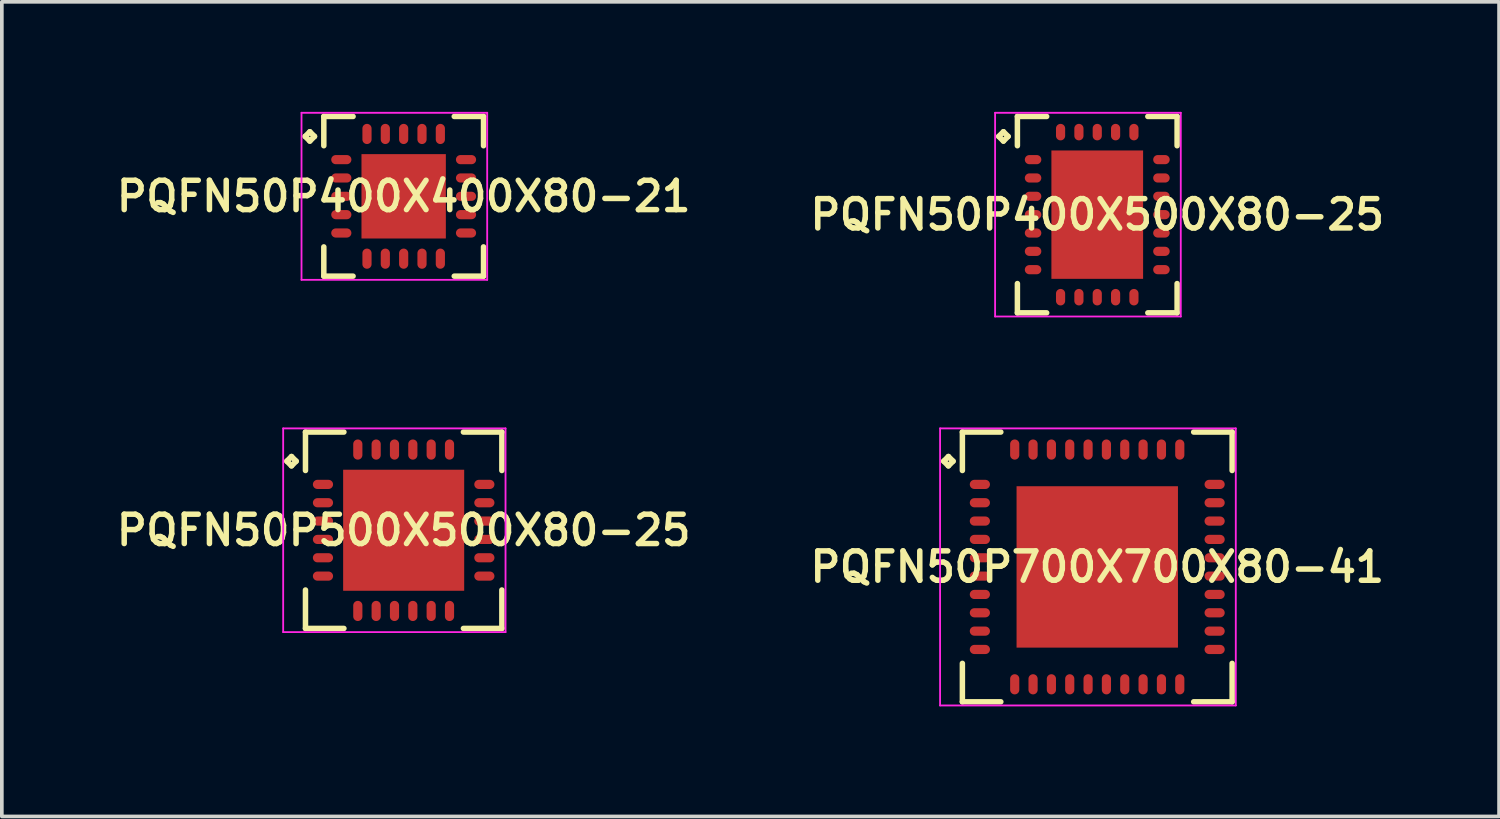
<source format=kicad_pcb>
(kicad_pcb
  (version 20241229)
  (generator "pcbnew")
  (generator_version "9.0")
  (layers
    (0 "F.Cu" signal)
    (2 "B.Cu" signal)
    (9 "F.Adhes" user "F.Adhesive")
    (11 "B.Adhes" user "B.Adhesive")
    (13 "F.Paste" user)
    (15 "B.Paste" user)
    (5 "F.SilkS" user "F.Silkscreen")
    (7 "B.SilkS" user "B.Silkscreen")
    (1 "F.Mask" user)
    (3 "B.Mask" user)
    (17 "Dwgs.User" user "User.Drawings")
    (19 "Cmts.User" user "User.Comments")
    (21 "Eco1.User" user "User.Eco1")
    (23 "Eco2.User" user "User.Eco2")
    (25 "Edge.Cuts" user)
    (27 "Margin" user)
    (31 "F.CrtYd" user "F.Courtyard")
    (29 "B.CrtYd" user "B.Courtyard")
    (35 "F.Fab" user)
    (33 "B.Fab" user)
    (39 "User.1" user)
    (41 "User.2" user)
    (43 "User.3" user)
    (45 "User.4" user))
  (footprint "PQFN50P400X500X80-25"
    (layer "F.Cu")
    (at 26.864 2.802)
    (property "Reference" "PQFN50P400X500X80-25" (at 0 0 0) (layer "F.SilkS") (effects (font (size 0.8 0.8) (thickness 0.15))))
    (attr smd)
    (fp_line (start -2.685 -2.133) (end -2.558 -2.26) (stroke (width 0.15) (type solid)) (layer "F.SilkS"))
    (fp_line (start -2.558 -2.26) (end -2.431 -2.133) (stroke (width 0.15) (type solid)) (layer "F.SilkS"))
    (fp_line (start -2.558 -2.006) (end -2.685 -2.133) (stroke (width 0.15) (type solid)) (layer "F.SilkS"))
    (fp_line (start -2.431 -2.133) (end -2.558 -2.006) (stroke (width 0.15) (type solid)) (layer "F.SilkS"))
    (fp_line (start -2.177 -2.677) (end -1.379 -2.677) (stroke (width 0.15) (type solid)) (layer "F.SilkS"))
    (fp_line (start -2.177 -1.879) (end -2.177 -2.677) (stroke (width 0.15) (type solid)) (layer "F.SilkS"))
    (fp_line (start -2.177 1.879) (end -2.177 2.677) (stroke (width 0.15) (type solid)) (layer "F.SilkS"))
    (fp_line (start -2.177 2.677) (end -1.379 2.677) (stroke (width 0.15) (type solid)) (layer "F.SilkS"))
    (fp_line (start 1.379 -2.677) (end 2.177 -2.677) (stroke (width 0.15) (type solid)) (layer "F.SilkS"))
    (fp_line (start 1.379 2.677) (end 2.177 2.677) (stroke (width 0.15) (type solid)) (layer "F.SilkS"))
    (fp_line (start 2.177 -2.677) (end 2.177 -1.879) (stroke (width 0.15) (type solid)) (layer "F.SilkS"))
    (fp_line (start 2.177 2.677) (end 2.177 1.879) (stroke (width 0.15) (type solid)) (layer "F.SilkS"))
    (fp_line (start -2.785 -2.777) (end 2.277 -2.777) (stroke (width 0.05) (type solid)) (layer "F.CrtYd"))
    (fp_line (start -2.785 2.777) (end -2.785 -2.777) (stroke (width 0.05) (type solid)) (layer "F.CrtYd"))
    (fp_line (start 2.277 -2.777) (end 2.277 2.777) (stroke (width 0.05) (type solid)) (layer "F.CrtYd"))
    (fp_line (start 2.277 2.777) (end -2.785 2.777) (stroke (width 0.05) (type solid)) (layer "F.CrtYd"))
    (pad "1" smd oval (at -1.75 -1.5) (size 0.45 0.25) (layers "F.Cu" "F.Mask" "F.Paste"))
    (pad "2" smd oval (at -1.75 -1) (size 0.45 0.25) (layers "F.Cu" "F.Mask" "F.Paste"))
    (pad "3" smd oval (at -1.75 -0.5) (size 0.45 0.25) (layers "F.Cu" "F.Mask" "F.Paste"))
    (pad "4" smd oval (at -1.75 0) (size 0.45 0.25) (layers "F.Cu" "F.Mask" "F.Paste"))
    (pad "5" smd oval (at -1.75 0.5) (size 0.45 0.25) (layers "F.Cu" "F.Mask" "F.Paste"))
    (pad "6" smd oval (at -1.75 1) (size 0.45 0.25) (layers "F.Cu" "F.Mask" "F.Paste"))
    (pad "7" smd oval (at -1.75 1.5) (size 0.45 0.25) (layers "F.Cu" "F.Mask" "F.Paste"))
    (pad "8" smd oval (at -1 2.25) (size 0.25 0.45) (layers "F.Cu" "F.Mask" "F.Paste"))
    (pad "9" smd oval (at -0.5 2.25) (size 0.25 0.45) (layers "F.Cu" "F.Mask" "F.Paste"))
    (pad "10" smd oval (at 0 2.25) (size 0.25 0.45) (layers "F.Cu" "F.Mask" "F.Paste"))
    (pad "11" smd oval (at 0.5 2.25) (size 0.25 0.45) (layers "F.Cu" "F.Mask" "F.Paste"))
    (pad "12" smd oval (at 1 2.25) (size 0.25 0.45) (layers "F.Cu" "F.Mask" "F.Paste"))
    (pad "13" smd oval (at 1.75 1.5) (size 0.45 0.25) (layers "F.Cu" "F.Mask" "F.Paste"))
    (pad "14" smd oval (at 1.75 1) (size 0.45 0.25) (layers "F.Cu" "F.Mask" "F.Paste"))
    (pad "15" smd oval (at 1.75 0.5) (size 0.45 0.25) (layers "F.Cu" "F.Mask" "F.Paste"))
    (pad "16" smd oval (at 1.75 0) (size 0.45 0.25) (layers "F.Cu" "F.Mask" "F.Paste"))
    (pad "17" smd oval (at 1.75 -0.5) (size 0.45 0.25) (layers "F.Cu" "F.Mask" "F.Paste"))
    (pad "18" smd oval (at 1.75 -1) (size 0.45 0.25) (layers "F.Cu" "F.Mask" "F.Paste"))
    (pad "19" smd oval (at 1.75 -1.5) (size 0.45 0.25) (layers "F.Cu" "F.Mask" "F.Paste"))
    (pad "20" smd oval (at 1 -2.25) (size 0.25 0.45) (layers "F.Cu" "F.Mask" "F.Paste"))
    (pad "21" smd oval (at 0.5 -2.25) (size 0.25 0.45) (layers "F.Cu" "F.Mask" "F.Paste"))
    (pad "22" smd oval (at 0 -2.25) (size 0.25 0.45) (layers "F.Cu" "F.Mask" "F.Paste"))
    (pad "23" smd oval (at -0.5 -2.25) (size 0.25 0.45) (layers "F.Cu" "F.Mask" "F.Paste"))
    (pad "24" smd oval (at -1 -2.25) (size 0.25 0.45) (layers "F.Cu" "F.Mask" "F.Paste"))
    (pad "25" smd rect (at 0 0) (size 2.5 3.5) (layers "F.Cu" "F.Mask" "F.Paste")))
  (footprint "PQFN50P400X400X80-21"
    (layer "F.Cu")
    (at 7.955 2.302)
    (property "Reference" "PQFN50P400X400X80-21" (at 0 0 0) (layer "F.SilkS") (effects (font (size 0.8 0.8) (thickness 0.15))))
    (attr smd)
    (fp_line (start -2.685 -1.633) (end -2.558 -1.76) (stroke (width 0.15) (type solid)) (layer "F.SilkS"))
    (fp_line (start -2.558 -1.76) (end -2.431 -1.633) (stroke (width 0.15) (type solid)) (layer "F.SilkS"))
    (fp_line (start -2.558 -1.506) (end -2.685 -1.633) (stroke (width 0.15) (type solid)) (layer "F.SilkS"))
    (fp_line (start -2.431 -1.633) (end -2.558 -1.506) (stroke (width 0.15) (type solid)) (layer "F.SilkS"))
    (fp_line (start -2.177 -2.177) (end -1.379 -2.177) (stroke (width 0.15) (type solid)) (layer "F.SilkS"))
    (fp_line (start -2.177 -1.379) (end -2.177 -2.177) (stroke (width 0.15) (type solid)) (layer "F.SilkS"))
    (fp_line (start -2.177 1.379) (end -2.177 2.177) (stroke (width 0.15) (type solid)) (layer "F.SilkS"))
    (fp_line (start -2.177 2.177) (end -1.379 2.177) (stroke (width 0.15) (type solid)) (layer "F.SilkS"))
    (fp_line (start 1.379 -2.177) (end 2.177 -2.177) (stroke (width 0.15) (type solid)) (layer "F.SilkS"))
    (fp_line (start 1.379 2.177) (end 2.177 2.177) (stroke (width 0.15) (type solid)) (layer "F.SilkS"))
    (fp_line (start 2.177 -2.177) (end 2.177 -1.379) (stroke (width 0.15) (type solid)) (layer "F.SilkS"))
    (fp_line (start 2.177 2.177) (end 2.177 1.379) (stroke (width 0.15) (type solid)) (layer "F.SilkS"))
    (fp_line (start -2.785 -2.277) (end 2.277 -2.277) (stroke (width 0.05) (type solid)) (layer "F.CrtYd"))
    (fp_line (start -2.785 2.277) (end -2.785 -2.277) (stroke (width 0.05) (type solid)) (layer "F.CrtYd"))
    (fp_line (start 2.277 -2.277) (end 2.277 2.277) (stroke (width 0.05) (type solid)) (layer "F.CrtYd"))
    (fp_line (start 2.277 2.277) (end -2.785 2.277) (stroke (width 0.05) (type solid)) (layer "F.CrtYd"))
    (pad "1" smd oval (at -1.7 -1) (size 0.55 0.25) (layers "F.Cu" "F.Mask" "F.Paste"))
    (pad "2" smd oval (at -1.7 -0.5) (size 0.55 0.25) (layers "F.Cu" "F.Mask" "F.Paste"))
    (pad "3" smd oval (at -1.7 0) (size 0.55 0.25) (layers "F.Cu" "F.Mask" "F.Paste"))
    (pad "4" smd oval (at -1.7 0.5) (size 0.55 0.25) (layers "F.Cu" "F.Mask" "F.Paste"))
    (pad "5" smd oval (at -1.7 1) (size 0.55 0.25) (layers "F.Cu" "F.Mask" "F.Paste"))
    (pad "6" smd oval (at -1 1.7) (size 0.25 0.55) (layers "F.Cu" "F.Mask" "F.Paste"))
    (pad "7" smd oval (at -0.5 1.7) (size 0.25 0.55) (layers "F.Cu" "F.Mask" "F.Paste"))
    (pad "8" smd oval (at 0 1.7) (size 0.25 0.55) (layers "F.Cu" "F.Mask" "F.Paste"))
    (pad "9" smd oval (at 0.5 1.7) (size 0.25 0.55) (layers "F.Cu" "F.Mask" "F.Paste"))
    (pad "10" smd oval (at 1 1.7) (size 0.25 0.55) (layers "F.Cu" "F.Mask" "F.Paste"))
    (pad "11" smd oval (at 1.7 1) (size 0.55 0.25) (layers "F.Cu" "F.Mask" "F.Paste"))
    (pad "12" smd oval (at 1.7 0.5) (size 0.55 0.25) (layers "F.Cu" "F.Mask" "F.Paste"))
    (pad "13" smd oval (at 1.7 0) (size 0.55 0.25) (layers "F.Cu" "F.Mask" "F.Paste"))
    (pad "14" smd oval (at 1.7 -0.5) (size 0.55 0.25) (layers "F.Cu" "F.Mask" "F.Paste"))
    (pad "15" smd oval (at 1.7 -1) (size 0.55 0.25) (layers "F.Cu" "F.Mask" "F.Paste"))
    (pad "16" smd oval (at 1 -1.7) (size 0.25 0.55) (layers "F.Cu" "F.Mask" "F.Paste"))
    (pad "17" smd oval (at 0.5 -1.7) (size 0.25 0.55) (layers "F.Cu" "F.Mask" "F.Paste"))
    (pad "18" smd oval (at 0 -1.7) (size 0.25 0.55) (layers "F.Cu" "F.Mask" "F.Paste"))
    (pad "19" smd oval (at -0.5 -1.7) (size 0.25 0.55) (layers "F.Cu" "F.Mask" "F.Paste"))
    (pad "20" smd oval (at -1 -1.7) (size 0.25 0.55) (layers "F.Cu" "F.Mask" "F.Paste"))
    (pad "21" smd rect (at 0 0) (size 2.3 2.3) (layers "F.Cu" "F.Mask" "F.Paste")))
  (footprint "PQFN50P700X700X80-41"
    (layer "F.Cu")
    (at 26.864 12.406)
    (property "Reference" "PQFN50P700X700X80-41" (at 0 0 0) (layer "F.SilkS") (effects (font (size 0.8 0.8) (thickness 0.15))))
    (attr smd)
    (fp_line (start -4.185 -2.883) (end -4.058 -3.01) (stroke (width 0.15) (type solid)) (layer "F.SilkS"))
    (fp_line (start -4.058 -3.01) (end -3.931 -2.883) (stroke (width 0.15) (type solid)) (layer "F.SilkS"))
    (fp_line (start -4.058 -2.756) (end -4.185 -2.883) (stroke (width 0.15) (type solid)) (layer "F.SilkS"))
    (fp_line (start -3.931 -2.883) (end -4.058 -2.756) (stroke (width 0.15) (type solid)) (layer "F.SilkS"))
    (fp_line (start -3.677 -3.677) (end -2.629 -3.677) (stroke (width 0.15) (type solid)) (layer "F.SilkS"))
    (fp_line (start -3.677 -2.629) (end -3.677 -3.677) (stroke (width 0.15) (type solid)) (layer "F.SilkS"))
    (fp_line (start -3.677 2.629) (end -3.677 3.677) (stroke (width 0.15) (type solid)) (layer "F.SilkS"))
    (fp_line (start -3.677 3.677) (end -2.629 3.677) (stroke (width 0.15) (type solid)) (layer "F.SilkS"))
    (fp_line (start 2.629 -3.677) (end 3.677 -3.677) (stroke (width 0.15) (type solid)) (layer "F.SilkS"))
    (fp_line (start 2.629 3.677) (end 3.677 3.677) (stroke (width 0.15) (type solid)) (layer "F.SilkS"))
    (fp_line (start 3.677 -3.677) (end 3.677 -2.629) (stroke (width 0.15) (type solid)) (layer "F.SilkS"))
    (fp_line (start 3.677 3.677) (end 3.677 2.629) (stroke (width 0.15) (type solid)) (layer "F.SilkS"))
    (fp_line (start -4.285 -3.777) (end 3.777 -3.777) (stroke (width 0.05) (type solid)) (layer "F.CrtYd"))
    (fp_line (start -4.285 3.777) (end -4.285 -3.777) (stroke (width 0.05) (type solid)) (layer "F.CrtYd"))
    (fp_line (start 3.777 -3.777) (end 3.777 3.777) (stroke (width 0.05) (type solid)) (layer "F.CrtYd"))
    (fp_line (start 3.777 3.777) (end -4.285 3.777) (stroke (width 0.05) (type solid)) (layer "F.CrtYd"))
    (pad "1" smd oval (at -3.2 -2.25) (size 0.55 0.25) (layers "F.Cu" "F.Mask" "F.Paste"))
    (pad "2" smd oval (at -3.2 -1.75) (size 0.55 0.25) (layers "F.Cu" "F.Mask" "F.Paste"))
    (pad "3" smd oval (at -3.2 -1.25) (size 0.55 0.25) (layers "F.Cu" "F.Mask" "F.Paste"))
    (pad "4" smd oval (at -3.2 -0.75) (size 0.55 0.25) (layers "F.Cu" "F.Mask" "F.Paste"))
    (pad "5" smd oval (at -3.2 -0.25) (size 0.55 0.25) (layers "F.Cu" "F.Mask" "F.Paste"))
    (pad "6" smd oval (at -3.2 0.25) (size 0.55 0.25) (layers "F.Cu" "F.Mask" "F.Paste"))
    (pad "7" smd oval (at -3.2 0.75) (size 0.55 0.25) (layers "F.Cu" "F.Mask" "F.Paste"))
    (pad "8" smd oval (at -3.2 1.25) (size 0.55 0.25) (layers "F.Cu" "F.Mask" "F.Paste"))
    (pad "9" smd oval (at -3.2 1.75) (size 0.55 0.25) (layers "F.Cu" "F.Mask" "F.Paste"))
    (pad "10" smd oval (at -3.2 2.25) (size 0.55 0.25) (layers "F.Cu" "F.Mask" "F.Paste"))
    (pad "11" smd oval (at -2.25 3.2) (size 0.25 0.55) (layers "F.Cu" "F.Mask" "F.Paste"))
    (pad "12" smd oval (at -1.75 3.2) (size 0.25 0.55) (layers "F.Cu" "F.Mask" "F.Paste"))
    (pad "13" smd oval (at -1.25 3.2) (size 0.25 0.55) (layers "F.Cu" "F.Mask" "F.Paste"))
    (pad "14" smd oval (at -0.75 3.2) (size 0.25 0.55) (layers "F.Cu" "F.Mask" "F.Paste"))
    (pad "15" smd oval (at -0.25 3.2) (size 0.25 0.55) (layers "F.Cu" "F.Mask" "F.Paste"))
    (pad "16" smd oval (at 0.25 3.2) (size 0.25 0.55) (layers "F.Cu" "F.Mask" "F.Paste"))
    (pad "17" smd oval (at 0.75 3.2) (size 0.25 0.55) (layers "F.Cu" "F.Mask" "F.Paste"))
    (pad "18" smd oval (at 1.25 3.2) (size 0.25 0.55) (layers "F.Cu" "F.Mask" "F.Paste"))
    (pad "19" smd oval (at 1.75 3.2) (size 0.25 0.55) (layers "F.Cu" "F.Mask" "F.Paste"))
    (pad "20" smd oval (at 2.25 3.2) (size 0.25 0.55) (layers "F.Cu" "F.Mask" "F.Paste"))
    (pad "21" smd oval (at 3.2 2.25) (size 0.55 0.25) (layers "F.Cu" "F.Mask" "F.Paste"))
    (pad "22" smd oval (at 3.2 1.75) (size 0.55 0.25) (layers "F.Cu" "F.Mask" "F.Paste"))
    (pad "23" smd oval (at 3.2 1.25) (size 0.55 0.25) (layers "F.Cu" "F.Mask" "F.Paste"))
    (pad "24" smd oval (at 3.2 0.75) (size 0.55 0.25) (layers "F.Cu" "F.Mask" "F.Paste"))
    (pad "25" smd oval (at 3.2 0.25) (size 0.55 0.25) (layers "F.Cu" "F.Mask" "F.Paste"))
    (pad "26" smd oval (at 3.2 -0.25) (size 0.55 0.25) (layers "F.Cu" "F.Mask" "F.Paste"))
    (pad "27" smd oval (at 3.2 -0.75) (size 0.55 0.25) (layers "F.Cu" "F.Mask" "F.Paste"))
    (pad "28" smd oval (at 3.2 -1.25) (size 0.55 0.25) (layers "F.Cu" "F.Mask" "F.Paste"))
    (pad "29" smd oval (at 3.2 -1.75) (size 0.55 0.25) (layers "F.Cu" "F.Mask" "F.Paste"))
    (pad "30" smd oval (at 3.2 -2.25) (size 0.55 0.25) (layers "F.Cu" "F.Mask" "F.Paste"))
    (pad "31" smd oval (at 2.25 -3.2) (size 0.25 0.55) (layers "F.Cu" "F.Mask" "F.Paste"))
    (pad "32" smd oval (at 1.75 -3.2) (size 0.25 0.55) (layers "F.Cu" "F.Mask" "F.Paste"))
    (pad "33" smd oval (at 1.25 -3.2) (size 0.25 0.55) (layers "F.Cu" "F.Mask" "F.Paste"))
    (pad "34" smd oval (at 0.75 -3.2) (size 0.25 0.55) (layers "F.Cu" "F.Mask" "F.Paste"))
    (pad "35" smd oval (at 0.25 -3.2) (size 0.25 0.55) (layers "F.Cu" "F.Mask" "F.Paste"))
    (pad "36" smd oval (at -0.25 -3.2) (size 0.25 0.55) (layers "F.Cu" "F.Mask" "F.Paste"))
    (pad "37" smd oval (at -0.75 -3.2) (size 0.25 0.55) (layers "F.Cu" "F.Mask" "F.Paste"))
    (pad "38" smd oval (at -1.25 -3.2) (size 0.25 0.55) (layers "F.Cu" "F.Mask" "F.Paste"))
    (pad "39" smd oval (at -1.75 -3.2) (size 0.25 0.55) (layers "F.Cu" "F.Mask" "F.Paste"))
    (pad "40" smd oval (at -2.25 -3.2) (size 0.25 0.55) (layers "F.Cu" "F.Mask" "F.Paste"))
    (pad "41" smd rect (at 0 0) (size 4.4 4.4) (layers "F.Cu" "F.Mask" "F.Paste")))
  (footprint "PQFN50P500X500X80-25"
    (layer "F.Cu")
    (at 7.955 11.406)
    (property "Reference" "PQFN50P500X500X80-25" (at 0 0 0) (layer "F.SilkS") (effects (font (size 0.8 0.8) (thickness 0.15))))
    (attr smd)
    (fp_line (start -3.185 -1.883) (end -3.058 -2.01) (stroke (width 0.15) (type solid)) (layer "F.SilkS"))
    (fp_line (start -3.058 -2.01) (end -2.931 -1.883) (stroke (width 0.15) (type solid)) (layer "F.SilkS"))
    (fp_line (start -3.058 -1.756) (end -3.185 -1.883) (stroke (width 0.15) (type solid)) (layer "F.SilkS"))
    (fp_line (start -2.931 -1.883) (end -3.058 -1.756) (stroke (width 0.15) (type solid)) (layer "F.SilkS"))
    (fp_line (start -2.677 -2.677) (end -1.629 -2.677) (stroke (width 0.15) (type solid)) (layer "F.SilkS"))
    (fp_line (start -2.677 -1.629) (end -2.677 -2.677) (stroke (width 0.15) (type solid)) (layer "F.SilkS"))
    (fp_line (start -2.677 1.629) (end -2.677 2.677) (stroke (width 0.15) (type solid)) (layer "F.SilkS"))
    (fp_line (start -2.677 2.677) (end -1.629 2.677) (stroke (width 0.15) (type solid)) (layer "F.SilkS"))
    (fp_line (start 1.629 -2.677) (end 2.677 -2.677) (stroke (width 0.15) (type solid)) (layer "F.SilkS"))
    (fp_line (start 1.629 2.677) (end 2.677 2.677) (stroke (width 0.15) (type solid)) (layer "F.SilkS"))
    (fp_line (start 2.677 -2.677) (end 2.677 -1.629) (stroke (width 0.15) (type solid)) (layer "F.SilkS"))
    (fp_line (start 2.677 2.677) (end 2.677 1.629) (stroke (width 0.15) (type solid)) (layer "F.SilkS"))
    (fp_line (start -3.285 -2.777) (end 2.777 -2.777) (stroke (width 0.05) (type solid)) (layer "F.CrtYd"))
    (fp_line (start -3.285 2.777) (end -3.285 -2.777) (stroke (width 0.05) (type solid)) (layer "F.CrtYd"))
    (fp_line (start 2.777 -2.777) (end 2.777 2.777) (stroke (width 0.05) (type solid)) (layer "F.CrtYd"))
    (fp_line (start 2.777 2.777) (end -3.285 2.777) (stroke (width 0.05) (type solid)) (layer "F.CrtYd"))
    (pad "1" smd oval (at -2.2 -1.25) (size 0.55 0.25) (layers "F.Cu" "F.Mask" "F.Paste"))
    (pad "2" smd oval (at -2.2 -0.75) (size 0.55 0.25) (layers "F.Cu" "F.Mask" "F.Paste"))
    (pad "3" smd oval (at -2.2 -0.25) (size 0.55 0.25) (layers "F.Cu" "F.Mask" "F.Paste"))
    (pad "4" smd oval (at -2.2 0.25) (size 0.55 0.25) (layers "F.Cu" "F.Mask" "F.Paste"))
    (pad "5" smd oval (at -2.2 0.75) (size 0.55 0.25) (layers "F.Cu" "F.Mask" "F.Paste"))
    (pad "6" smd oval (at -2.2 1.25) (size 0.55 0.25) (layers "F.Cu" "F.Mask" "F.Paste"))
    (pad "7" smd oval (at -1.25 2.2) (size 0.25 0.55) (layers "F.Cu" "F.Mask" "F.Paste"))
    (pad "8" smd oval (at -0.75 2.2) (size 0.25 0.55) (layers "F.Cu" "F.Mask" "F.Paste"))
    (pad "9" smd oval (at -0.25 2.2) (size 0.25 0.55) (layers "F.Cu" "F.Mask" "F.Paste"))
    (pad "10" smd oval (at 0.25 2.2) (size 0.25 0.55) (layers "F.Cu" "F.Mask" "F.Paste"))
    (pad "11" smd oval (at 0.75 2.2) (size 0.25 0.55) (layers "F.Cu" "F.Mask" "F.Paste"))
    (pad "12" smd oval (at 1.25 2.2) (size 0.25 0.55) (layers "F.Cu" "F.Mask" "F.Paste"))
    (pad "13" smd oval (at 2.2 1.25) (size 0.55 0.25) (layers "F.Cu" "F.Mask" "F.Paste"))
    (pad "14" smd oval (at 2.2 0.75) (size 0.55 0.25) (layers "F.Cu" "F.Mask" "F.Paste"))
    (pad "15" smd oval (at 2.2 0.25) (size 0.55 0.25) (layers "F.Cu" "F.Mask" "F.Paste"))
    (pad "16" smd oval (at 2.2 -0.25) (size 0.55 0.25) (layers "F.Cu" "F.Mask" "F.Paste"))
    (pad "17" smd oval (at 2.2 -0.75) (size 0.55 0.25) (layers "F.Cu" "F.Mask" "F.Paste"))
    (pad "18" smd oval (at 2.2 -1.25) (size 0.55 0.25) (layers "F.Cu" "F.Mask" "F.Paste"))
    (pad "19" smd oval (at 1.25 -2.2) (size 0.25 0.55) (layers "F.Cu" "F.Mask" "F.Paste"))
    (pad "20" smd oval (at 0.75 -2.2) (size 0.25 0.55) (layers "F.Cu" "F.Mask" "F.Paste"))
    (pad "21" smd oval (at 0.25 -2.2) (size 0.25 0.55) (layers "F.Cu" "F.Mask" "F.Paste"))
    (pad "22" smd oval (at -0.25 -2.2) (size 0.25 0.55) (layers "F.Cu" "F.Mask" "F.Paste"))
    (pad "23" smd oval (at -0.75 -2.2) (size 0.25 0.55) (layers "F.Cu" "F.Mask" "F.Paste"))
    (pad "24" smd oval (at -1.25 -2.2) (size 0.25 0.55) (layers "F.Cu" "F.Mask" "F.Paste"))
    (pad "25" smd rect (at 0 0) (size 3.3 3.3) (layers "F.Cu" "F.Mask" "F.Paste")))
  (gr_rect
    (start -3 -3)
    (end 37.818 19.208)
    (stroke (width 0.1) (type default))
    (fill no)
    (layer "Edge.Cuts")))
</source>
